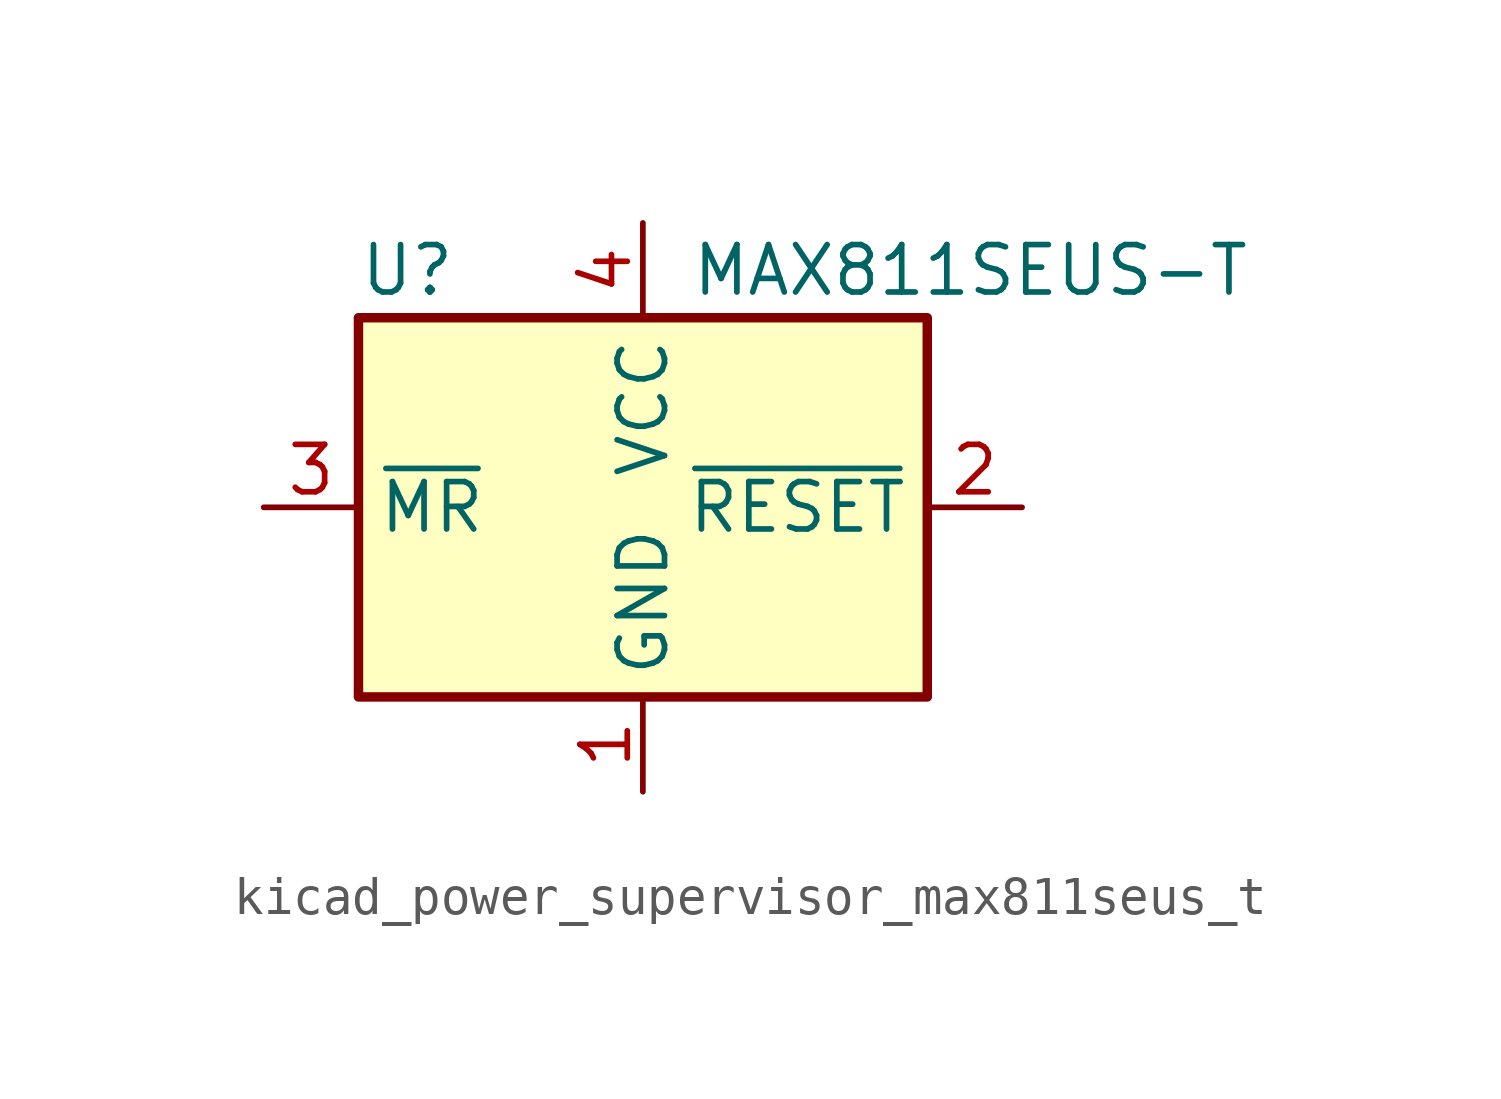
<source format=kicad_sym>
(kicad_symbol_lib
  (version 20220914)
  (generator kicad_symbol_editor)
  (symbol "kicad_power_supervisor_max811seus_t"
    (property "Reference" "U"
      (at -7.62 6.35 0)
      (effects (font (size 1.27 1.27)) (justify left)))
    (property "Value" "MAX811SEUS-T"
      (at 1.27 6.35 0)
      (effects (font (size 1.27 1.27)) (justify left)))
    (symbol "kicad_power_supervisor_max811seus_t_0_1"
      (rectangle (start -7.62 5.08) (end 7.62 -5.08) (stroke (width 0.254) (type default)) (fill (type background))))
    (symbol "kicad_power_supervisor_max811seus_t_1_1"
      (pin power_in line (at 0 -7.62 90) (length 2.54) (name "GND" (effects (font (size 1.27 1.27)))) (number "1" (effects (font (size 1.27 1.27)))))
      (pin output line (at 10.16 0 180) (length 2.54) (name "~{RESET}" (effects (font (size 1.27 1.27)))) (number "2" (effects (font (size 1.27 1.27)))))
      (pin input line (at -10.16 0 0) (length 2.54) (name "~{MR}" (effects (font (size 1.27 1.27)))) (number "3" (effects (font (size 1.27 1.27)))))
      (pin power_in line (at 0 7.62 270) (length 2.54) (name "VCC" (effects (font (size 1.27 1.27)))) (number "4" (effects (font (size 1.27 1.27))))))))
</source>
